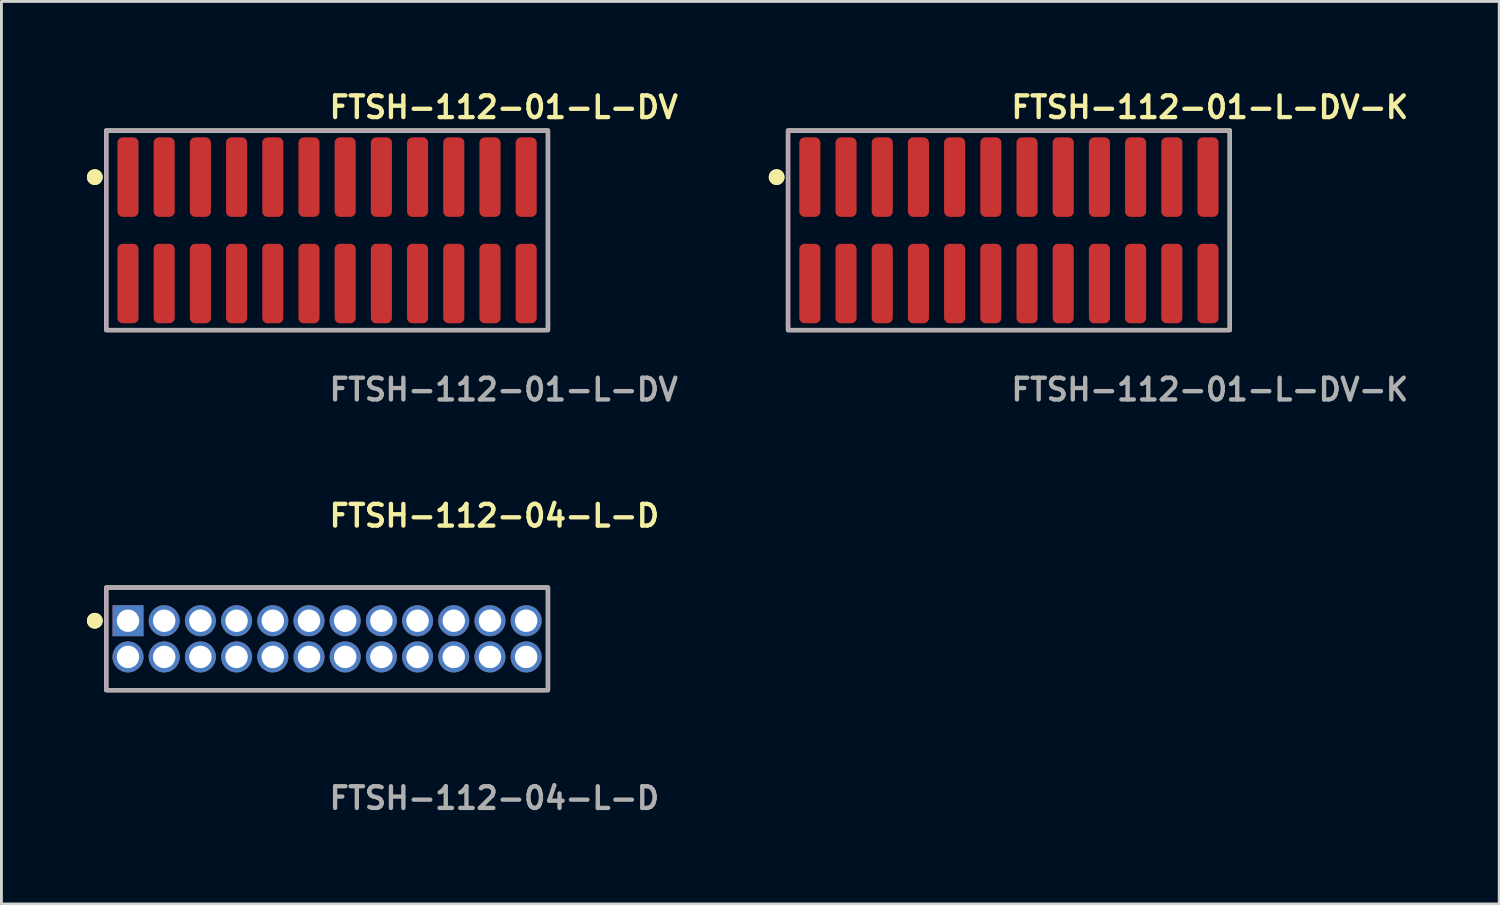
<source format=kicad_pcb>
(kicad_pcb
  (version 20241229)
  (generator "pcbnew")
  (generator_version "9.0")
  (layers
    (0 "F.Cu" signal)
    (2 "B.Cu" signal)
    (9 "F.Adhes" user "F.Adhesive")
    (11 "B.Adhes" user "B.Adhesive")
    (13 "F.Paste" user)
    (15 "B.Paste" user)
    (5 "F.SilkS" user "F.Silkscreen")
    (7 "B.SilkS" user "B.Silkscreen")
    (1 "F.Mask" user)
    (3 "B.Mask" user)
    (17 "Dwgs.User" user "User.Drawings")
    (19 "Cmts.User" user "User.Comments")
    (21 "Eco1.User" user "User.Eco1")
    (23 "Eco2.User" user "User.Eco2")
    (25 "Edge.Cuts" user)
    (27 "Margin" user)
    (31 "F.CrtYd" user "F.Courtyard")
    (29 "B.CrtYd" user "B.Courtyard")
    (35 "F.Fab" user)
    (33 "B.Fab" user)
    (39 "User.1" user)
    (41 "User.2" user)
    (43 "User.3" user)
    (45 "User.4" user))
  (footprint "FTSH-112-01-L-DV-K"
    (layer "F.Cu")
    (at 32.349 5.031)
    (property "Reference" "FTSH-112-01-L-DV-K" (at 0 -4.318 0) (unlocked yes) (layer "F.SilkS") (effects (font (size 0.762 0.762) (thickness 0.152)) (justify left)))
    (fp_rect (start -7.75 3.5) (end 7.75 -3.5) (stroke (width 0.152) (type solid)) (fill no) (layer "F.SilkS"))
    (fp_circle (center -8.15 -1.867) (end -8.35 -1.867) (stroke (width 0.152) (type solid)) (fill yes) (layer "F.SilkS"))
    (fp_circle (center -8.15 -1.867) (end -8.35 -1.867) (stroke (width 0.152) (type solid)) (fill yes) (layer "F.SilkS"))
    (fp_rect (start -7.75 3.5) (end 7.75 -3.5) (stroke (width 0.006) (type solid)) (fill no) (layer "F.CrtYd"))
    (fp_rect (start -7.75 3.5) (end 7.75 -3.5) (stroke (width 0.152) (type solid)) (fill no) (layer "F.Fab"))
    (fp_text user "${REFERENCE}" (at 0 5.588 0) (unlocked yes) (layer "F.Fab") (effects (font (size 0.762 0.762) (thickness 0.152)) (justify left)))
    (pad "1" smd roundrect (at -6.985 -1.867) (size 0.74 2.79) (layers "F.Cu" "F.Paste") (roundrect_rratio 0.25))
    (pad "2" smd roundrect (at -6.985 1.867) (size 0.74 2.79) (layers "F.Cu" "F.Paste") (roundrect_rratio 0.25))
    (pad "3" smd roundrect (at -5.715 -1.867) (size 0.74 2.79) (layers "F.Cu" "F.Paste") (roundrect_rratio 0.25))
    (pad "4" smd roundrect (at -5.715 1.867) (size 0.74 2.79) (layers "F.Cu" "F.Paste") (roundrect_rratio 0.25))
    (pad "5" smd roundrect (at -4.445 -1.867) (size 0.74 2.79) (layers "F.Cu" "F.Paste") (roundrect_rratio 0.25))
    (pad "6" smd roundrect (at -4.445 1.867) (size 0.74 2.79) (layers "F.Cu" "F.Paste") (roundrect_rratio 0.25))
    (pad "7" smd roundrect (at -3.175 -1.867) (size 0.74 2.79) (layers "F.Cu" "F.Paste") (roundrect_rratio 0.25))
    (pad "8" smd roundrect (at -3.175 1.867) (size 0.74 2.79) (layers "F.Cu" "F.Paste") (roundrect_rratio 0.25))
    (pad "9" smd roundrect (at -1.905 -1.867) (size 0.74 2.79) (layers "F.Cu" "F.Paste") (roundrect_rratio 0.25))
    (pad "10" smd roundrect (at -1.905 1.867) (size 0.74 2.79) (layers "F.Cu" "F.Paste") (roundrect_rratio 0.25))
    (pad "11" smd roundrect (at -0.635 -1.867) (size 0.74 2.79) (layers "F.Cu" "F.Paste") (roundrect_rratio 0.25))
    (pad "12" smd roundrect (at -0.635 1.867) (size 0.74 2.79) (layers "F.Cu" "F.Paste") (roundrect_rratio 0.25))
    (pad "13" smd roundrect (at 0.635 -1.867) (size 0.74 2.79) (layers "F.Cu" "F.Paste") (roundrect_rratio 0.25))
    (pad "14" smd roundrect (at 0.635 1.867) (size 0.74 2.79) (layers "F.Cu" "F.Paste") (roundrect_rratio 0.25))
    (pad "15" smd roundrect (at 1.905 -1.867) (size 0.74 2.79) (layers "F.Cu" "F.Paste") (roundrect_rratio 0.25))
    (pad "16" smd roundrect (at 1.905 1.867) (size 0.74 2.79) (layers "F.Cu" "F.Paste") (roundrect_rratio 0.25))
    (pad "17" smd roundrect (at 3.175 -1.867) (size 0.74 2.79) (layers "F.Cu" "F.Paste") (roundrect_rratio 0.25))
    (pad "18" smd roundrect (at 3.175 1.867) (size 0.74 2.79) (layers "F.Cu" "F.Paste") (roundrect_rratio 0.25))
    (pad "19" smd roundrect (at 4.445 -1.867) (size 0.74 2.79) (layers "F.Cu" "F.Paste") (roundrect_rratio 0.25))
    (pad "20" smd roundrect (at 4.445 1.867) (size 0.74 2.79) (layers "F.Cu" "F.Paste") (roundrect_rratio 0.25))
    (pad "21" smd roundrect (at 5.715 -1.867) (size 0.74 2.79) (layers "F.Cu" "F.Paste") (roundrect_rratio 0.25))
    (pad "22" smd roundrect (at 5.715 1.867) (size 0.74 2.79) (layers "F.Cu" "F.Paste") (roundrect_rratio 0.25))
    (pad "23" smd roundrect (at 6.985 -1.867) (size 0.74 2.79) (layers "F.Cu" "F.Paste") (roundrect_rratio 0.25))
    (pad "24" smd roundrect (at 6.985 1.867) (size 0.74 2.79) (layers "F.Cu" "F.Paste") (roundrect_rratio 0.25)))
  (footprint "FTSH-112-01-L-DV"
    (layer "F.Cu")
    (at 8.426 5.031)
    (property "Reference" "FTSH-112-01-L-DV" (at 0 -4.318 0) (unlocked yes) (layer "F.SilkS") (effects (font (size 0.762 0.762) (thickness 0.152)) (justify left)))
    (fp_rect (start -7.75 3.5) (end 7.75 -3.5) (stroke (width 0.152) (type solid)) (fill no) (layer "F.SilkS"))
    (fp_circle (center -8.15 -1.867) (end -8.35 -1.867) (stroke (width 0.152) (type solid)) (fill yes) (layer "F.SilkS"))
    (fp_circle (center -8.15 -1.867) (end -8.35 -1.867) (stroke (width 0.152) (type solid)) (fill yes) (layer "F.SilkS"))
    (fp_rect (start -7.75 3.5) (end 7.75 -3.5) (stroke (width 0.006) (type solid)) (fill no) (layer "F.CrtYd"))
    (fp_rect (start -7.75 3.5) (end 7.75 -3.5) (stroke (width 0.152) (type solid)) (fill no) (layer "F.Fab"))
    (fp_text user "${REFERENCE}" (at 0 5.588 0) (unlocked yes) (layer "F.Fab") (effects (font (size 0.762 0.762) (thickness 0.152)) (justify left)))
    (pad "1" smd roundrect (at -6.985 -1.867) (size 0.74 2.79) (layers "F.Cu" "F.Paste") (roundrect_rratio 0.25))
    (pad "2" smd roundrect (at -6.985 1.867) (size 0.74 2.79) (layers "F.Cu" "F.Paste") (roundrect_rratio 0.25))
    (pad "3" smd roundrect (at -5.715 -1.867) (size 0.74 2.79) (layers "F.Cu" "F.Paste") (roundrect_rratio 0.25))
    (pad "4" smd roundrect (at -5.715 1.867) (size 0.74 2.79) (layers "F.Cu" "F.Paste") (roundrect_rratio 0.25))
    (pad "5" smd roundrect (at -4.445 -1.867) (size 0.74 2.79) (layers "F.Cu" "F.Paste") (roundrect_rratio 0.25))
    (pad "6" smd roundrect (at -4.445 1.867) (size 0.74 2.79) (layers "F.Cu" "F.Paste") (roundrect_rratio 0.25))
    (pad "7" smd roundrect (at -3.175 -1.867) (size 0.74 2.79) (layers "F.Cu" "F.Paste") (roundrect_rratio 0.25))
    (pad "8" smd roundrect (at -3.175 1.867) (size 0.74 2.79) (layers "F.Cu" "F.Paste") (roundrect_rratio 0.25))
    (pad "9" smd roundrect (at -1.905 -1.867) (size 0.74 2.79) (layers "F.Cu" "F.Paste") (roundrect_rratio 0.25))
    (pad "10" smd roundrect (at -1.905 1.867) (size 0.74 2.79) (layers "F.Cu" "F.Paste") (roundrect_rratio 0.25))
    (pad "11" smd roundrect (at -0.635 -1.867) (size 0.74 2.79) (layers "F.Cu" "F.Paste") (roundrect_rratio 0.25))
    (pad "12" smd roundrect (at -0.635 1.867) (size 0.74 2.79) (layers "F.Cu" "F.Paste") (roundrect_rratio 0.25))
    (pad "13" smd roundrect (at 0.635 -1.867) (size 0.74 2.79) (layers "F.Cu" "F.Paste") (roundrect_rratio 0.25))
    (pad "14" smd roundrect (at 0.635 1.867) (size 0.74 2.79) (layers "F.Cu" "F.Paste") (roundrect_rratio 0.25))
    (pad "15" smd roundrect (at 1.905 -1.867) (size 0.74 2.79) (layers "F.Cu" "F.Paste") (roundrect_rratio 0.25))
    (pad "16" smd roundrect (at 1.905 1.867) (size 0.74 2.79) (layers "F.Cu" "F.Paste") (roundrect_rratio 0.25))
    (pad "17" smd roundrect (at 3.175 -1.867) (size 0.74 2.79) (layers "F.Cu" "F.Paste") (roundrect_rratio 0.25))
    (pad "18" smd roundrect (at 3.175 1.867) (size 0.74 2.79) (layers "F.Cu" "F.Paste") (roundrect_rratio 0.25))
    (pad "19" smd roundrect (at 4.445 -1.867) (size 0.74 2.79) (layers "F.Cu" "F.Paste") (roundrect_rratio 0.25))
    (pad "20" smd roundrect (at 4.445 1.867) (size 0.74 2.79) (layers "F.Cu" "F.Paste") (roundrect_rratio 0.25))
    (pad "21" smd roundrect (at 5.715 -1.867) (size 0.74 2.79) (layers "F.Cu" "F.Paste") (roundrect_rratio 0.25))
    (pad "22" smd roundrect (at 5.715 1.867) (size 0.74 2.79) (layers "F.Cu" "F.Paste") (roundrect_rratio 0.25))
    (pad "23" smd roundrect (at 6.985 -1.867) (size 0.74 2.79) (layers "F.Cu" "F.Paste") (roundrect_rratio 0.25))
    (pad "24" smd roundrect (at 6.985 1.867) (size 0.74 2.79) (layers "F.Cu" "F.Paste") (roundrect_rratio 0.25)))
  (footprint "FTSH-112-04-L-D"
    (layer "F.Cu")
    (at 8.426 19.364)
    (property "Reference" "FTSH-112-04-L-D" (at 0 -4.318 0) (unlocked yes) (layer "F.SilkS") (effects (font (size 0.762 0.762) (thickness 0.152)) (justify left)))
    (fp_rect (start -7.75 1.8) (end 7.75 -1.8) (stroke (width 0.152) (type solid)) (fill no) (layer "F.SilkS"))
    (fp_circle (center -8.15 -0.635) (end -8.35 -0.635) (stroke (width 0.152) (type solid)) (fill yes) (layer "F.SilkS"))
    (fp_circle (center -8.15 -0.635) (end -8.35 -0.635) (stroke (width 0.152) (type solid)) (fill yes) (layer "F.SilkS"))
    (fp_rect (start -7.75 1.8) (end 7.75 -1.8) (stroke (width 0.006) (type solid)) (fill no) (layer "F.CrtYd"))
    (fp_rect (start -7.75 1.8) (end 7.75 -1.8) (stroke (width 0.152) (type solid)) (fill no) (layer "F.Fab"))
    (fp_text user "${REFERENCE}" (at 0 5.588 0) (unlocked yes) (layer "F.Fab") (effects (font (size 0.762 0.762) (thickness 0.152)) (justify left)))
    (pad "1" thru_hole rect (at -6.985 -0.635) (size 1.087 1.087) (drill 0.787) (layers "*.Cu" "*.Mask"))
    (pad "2" thru_hole circle (at -6.985 0.635) (size 1.087 1.087) (drill 0.787) (layers "*.Cu" "*.Mask"))
    (pad "3" thru_hole circle (at -5.715 -0.635) (size 1.087 1.087) (drill 0.787) (layers "*.Cu" "*.Mask"))
    (pad "4" thru_hole circle (at -5.715 0.635) (size 1.087 1.087) (drill 0.787) (layers "*.Cu" "*.Mask"))
    (pad "5" thru_hole circle (at -4.445 -0.635) (size 1.087 1.087) (drill 0.787) (layers "*.Cu" "*.Mask"))
    (pad "6" thru_hole circle (at -4.445 0.635) (size 1.087 1.087) (drill 0.787) (layers "*.Cu" "*.Mask"))
    (pad "7" thru_hole circle (at -3.175 -0.635) (size 1.087 1.087) (drill 0.787) (layers "*.Cu" "*.Mask"))
    (pad "8" thru_hole circle (at -3.175 0.635) (size 1.087 1.087) (drill 0.787) (layers "*.Cu" "*.Mask"))
    (pad "9" thru_hole circle (at -1.905 -0.635) (size 1.087 1.087) (drill 0.787) (layers "*.Cu" "*.Mask"))
    (pad "10" thru_hole circle (at -1.905 0.635) (size 1.087 1.087) (drill 0.787) (layers "*.Cu" "*.Mask"))
    (pad "11" thru_hole circle (at -0.635 -0.635) (size 1.087 1.087) (drill 0.787) (layers "*.Cu" "*.Mask"))
    (pad "12" thru_hole circle (at -0.635 0.635) (size 1.087 1.087) (drill 0.787) (layers "*.Cu" "*.Mask"))
    (pad "13" thru_hole circle (at 0.635 -0.635) (size 1.087 1.087) (drill 0.787) (layers "*.Cu" "*.Mask"))
    (pad "14" thru_hole circle (at 0.635 0.635) (size 1.087 1.087) (drill 0.787) (layers "*.Cu" "*.Mask"))
    (pad "15" thru_hole circle (at 1.905 -0.635) (size 1.087 1.087) (drill 0.787) (layers "*.Cu" "*.Mask"))
    (pad "16" thru_hole circle (at 1.905 0.635) (size 1.087 1.087) (drill 0.787) (layers "*.Cu" "*.Mask"))
    (pad "17" thru_hole circle (at 3.175 -0.635) (size 1.087 1.087) (drill 0.787) (layers "*.Cu" "*.Mask"))
    (pad "18" thru_hole circle (at 3.175 0.635) (size 1.087 1.087) (drill 0.787) (layers "*.Cu" "*.Mask"))
    (pad "19" thru_hole circle (at 4.445 -0.635) (size 1.087 1.087) (drill 0.787) (layers "*.Cu" "*.Mask"))
    (pad "20" thru_hole circle (at 4.445 0.635) (size 1.087 1.087) (drill 0.787) (layers "*.Cu" "*.Mask"))
    (pad "21" thru_hole circle (at 5.715 -0.635) (size 1.087 1.087) (drill 0.787) (layers "*.Cu" "*.Mask"))
    (pad "22" thru_hole circle (at 5.715 0.635) (size 1.087 1.087) (drill 0.787) (layers "*.Cu" "*.Mask"))
    (pad "23" thru_hole circle (at 6.985 -0.635) (size 1.087 1.087) (drill 0.787) (layers "*.Cu" "*.Mask"))
    (pad "24" thru_hole circle (at 6.985 0.635) (size 1.087 1.087) (drill 0.787) (layers "*.Cu" "*.Mask")))
  (gr_rect
    (start -3 -3)
    (end 49.551 28.665)
    (stroke (width 0.1) (type default))
    (fill no)
    (layer "Edge.Cuts")))
</source>
